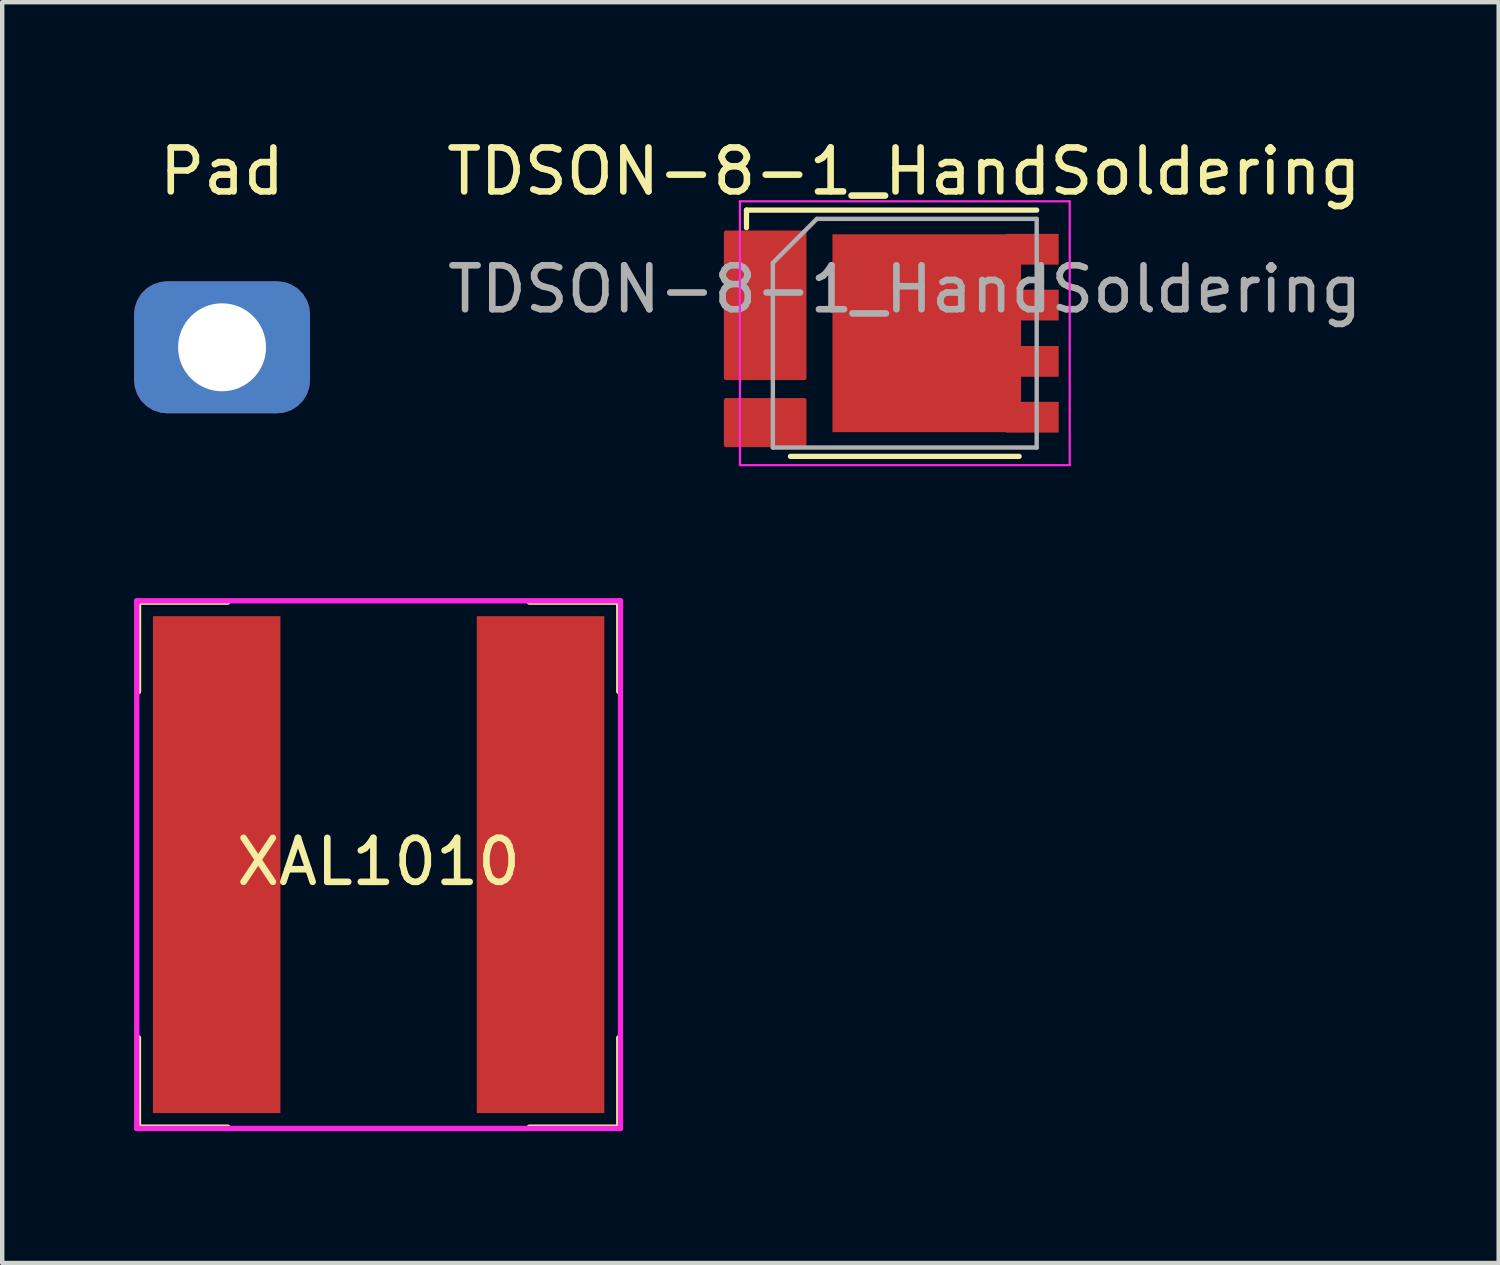
<source format=kicad_pcb>
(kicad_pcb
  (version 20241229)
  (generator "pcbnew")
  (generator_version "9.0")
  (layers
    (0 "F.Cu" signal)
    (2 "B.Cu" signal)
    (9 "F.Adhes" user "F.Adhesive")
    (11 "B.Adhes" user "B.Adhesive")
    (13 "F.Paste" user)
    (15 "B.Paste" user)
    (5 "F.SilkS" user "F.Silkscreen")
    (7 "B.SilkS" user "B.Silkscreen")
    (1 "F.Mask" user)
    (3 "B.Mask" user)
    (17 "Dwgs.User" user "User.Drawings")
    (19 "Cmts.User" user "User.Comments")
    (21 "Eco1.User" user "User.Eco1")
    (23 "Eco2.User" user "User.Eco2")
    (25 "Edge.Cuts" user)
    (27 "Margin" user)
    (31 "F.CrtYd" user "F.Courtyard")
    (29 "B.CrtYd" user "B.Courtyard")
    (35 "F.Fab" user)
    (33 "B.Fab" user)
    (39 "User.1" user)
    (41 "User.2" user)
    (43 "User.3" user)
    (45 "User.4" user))
  (footprint "Pad"
    (layer "F.Cu")
    (at 2 4.848)
    (property "Reference" "Pad" (at 0 -4 0) (layer "F.SilkS") (effects (font (size 1 1) (thickness 0.15))))
    (attr through_hole)
    (pad "1" thru_hole roundrect (at 0 0) (size 4 3) (drill 2) (layers "*.Cu" "*.Mask") (roundrect_rratio 0.25)))
  (footprint "TDSON-8-1_HandSoldering"
    (layer "F.Cu")
    (at 17.526 4.528)
    (property "Reference" "TDSON-8-1_HandSoldering" (at -0.02 -3.68 0) (layer "F.SilkS") (effects (font (size 1 1) (thickness 0.15))))
    (attr smd)
    (fp_poly (pts (xy -2.286 -2.286) (xy -2.286 1.016) (xy -4.064 1.016) (xy -4.064 -2.286)) (stroke (width 0.1) (type solid)) (fill yes) (layer "F.Cu"))
    (fp_poly (pts (xy -2.286 1.524) (xy -2.286 2.54) (xy -4.064 2.54) (xy -4.064 1.524)) (stroke (width 0.1) (type solid)) (fill yes) (layer "F.Cu"))
    (fp_poly (pts (xy -2.286 -2.286) (xy -2.286 1.016) (xy -4.064 1.016) (xy -4.064 -2.286)) (stroke (width 0.1) (type solid)) (fill yes) (layer "F.Mask"))
    (fp_poly (pts (xy -2.286 1.524) (xy -2.286 2.54) (xy -4.064 2.54) (xy -4.064 1.524)) (stroke (width 0.1) (type solid)) (fill yes) (layer "F.Mask"))
    (fp_line (start -3.6 -2.8) (end -3.6 -2.4) (stroke (width 0.12) (type solid)) (layer "F.SilkS"))
    (fp_line (start 2.6 2.8) (end -2.6 2.8) (stroke (width 0.12) (type solid)) (layer "F.SilkS"))
    (fp_line (start 3 -2.8) (end -3.6 -2.8) (stroke (width 0.12) (type solid)) (layer "F.SilkS"))
    (fp_line (start -3.75 -3) (end -3.75 3) (stroke (width 0.05) (type solid)) (layer "F.CrtYd"))
    (fp_line (start -3.75 3) (end 3.75 3) (stroke (width 0.05) (type solid)) (layer "F.CrtYd"))
    (fp_line (start 3.75 -3) (end -3.75 -3) (stroke (width 0.05) (type solid)) (layer "F.CrtYd"))
    (fp_line (start 3.75 3) (end 3.75 -3) (stroke (width 0.05) (type solid)) (layer "F.CrtYd"))
    (fp_line (start -3 2.6) (end -3 -1.6) (stroke (width 0.1) (type solid)) (layer "F.Fab"))
    (fp_line (start -2 -2.6) (end -3 -1.6) (stroke (width 0.1) (type solid)) (layer "F.Fab"))
    (fp_line (start -2 -2.6) (end 3 -2.6) (stroke (width 0.1) (type solid)) (layer "F.Fab"))
    (fp_line (start 3 -2.6) (end 3 2.6) (stroke (width 0.1) (type solid)) (layer "F.Fab"))
    (fp_line (start 3 2.6) (end -3 2.6) (stroke (width 0.1) (type solid)) (layer "F.Fab"))
    (fp_text user "${REFERENCE}" (at 0 -1 0) (layer "F.Fab") (effects (font (size 1 1) (thickness 0.15))))
    (pad "" smd rect (at -0.75 -1.09 270) (size 1.55 1.2) (layers "F.Paste"))
    (pad "" smd rect (at -0.75 1.09 270) (size 1.55 1.2) (layers "F.Paste"))
    (pad "" smd rect (at 1.25 -1.09 270) (size 1.55 1.6) (layers "F.Paste"))
    (pad "" smd rect (at 1.25 1.09 270) (size 1.55 1.6) (layers "F.Paste"))
    (pad "1" smd rect (at -2.9 -1.91 270) (size 0.7 1.2) (layers "F.Cu" "F.Mask" "F.Paste"))
    (pad "2" smd rect (at -2.9 -0.64 270) (size 0.7 1.2) (layers "F.Cu" "F.Mask" "F.Paste"))
    (pad "3" smd rect (at -2.9 0.64 270) (size 0.7 1.2) (layers "F.Cu" "F.Mask" "F.Paste"))
    (pad "4" smd rect (at -2.9 1.91 270) (size 0.7 1.2) (layers "F.Cu" "F.Mask" "F.Paste"))
    (pad "5" smd rect (at 0.5 0 270) (size 4.5 4.29) (layers "F.Cu" "F.Mask"))
    (pad "5" smd rect (at 2.9 -1.91 270) (size 0.7 1.2) (layers "F.Cu" "F.Mask" "F.Paste"))
    (pad "5" smd rect (at 2.9 -0.64 270) (size 0.7 1.2) (layers "F.Cu" "F.Mask" "F.Paste"))
    (pad "5" smd rect (at 2.9 0.64 270) (size 0.7 1.2) (layers "F.Cu" "F.Mask" "F.Paste"))
    (pad "5" smd rect (at 2.9 1.91 270) (size 0.7 1.2) (layers "F.Cu" "F.Mask" "F.Paste")))
  (footprint "XAL1010"
    (layer "F.Cu")
    (at 5.56 16.613)
    (property "Reference" "XAL1010" (at 0 -0.064 0) (layer "F.SilkS") (effects (font (size 1 1) (thickness 0.15))))
    (attr through_hole)
    (fp_line (start -5.461 -5.969) (end -5.461 -3.937) (stroke (width 0.12) (type solid)) (layer "F.SilkS"))
    (fp_line (start -5.461 -5.969) (end -3.429 -5.969) (stroke (width 0.12) (type solid)) (layer "F.SilkS"))
    (fp_line (start -5.461 -3.937) (end -5.461 -5.969) (stroke (width 0.12) (type solid)) (layer "F.SilkS"))
    (fp_line (start -5.461 5.969) (end -5.461 3.937) (stroke (width 0.12) (type solid)) (layer "F.SilkS"))
    (fp_line (start -5.461 5.969) (end -3.429 5.969) (stroke (width 0.12) (type solid)) (layer "F.SilkS"))
    (fp_line (start 5.461 -5.969) (end 3.429 -5.969) (stroke (width 0.12) (type solid)) (layer "F.SilkS"))
    (fp_line (start 5.461 -5.969) (end 5.461 -3.937) (stroke (width 0.12) (type solid)) (layer "F.SilkS"))
    (fp_line (start 5.461 5.969) (end 3.429 5.969) (stroke (width 0.12) (type solid)) (layer "F.SilkS"))
    (fp_line (start 5.461 5.969) (end 5.461 3.937) (stroke (width 0.12) (type solid)) (layer "F.SilkS"))
    (fp_line (start -5.5 -6) (end -5.5 6) (stroke (width 0.12) (type solid)) (layer "F.CrtYd"))
    (fp_line (start -5.5 6) (end 5.5 6) (stroke (width 0.12) (type solid)) (layer "F.CrtYd"))
    (fp_line (start 5.5 -6) (end -5.5 -6) (stroke (width 0.12) (type solid)) (layer "F.CrtYd"))
    (fp_line (start 5.5 6) (end 5.5 -6) (stroke (width 0.12) (type solid)) (layer "F.CrtYd"))
    (pad "1" smd rect (at -3.683 0) (size 2.9 11.3) (layers "F.Cu" "F.Mask" "F.Paste"))
    (pad "2" smd rect (at 3.683 0) (size 2.9 11.3) (layers "F.Cu" "F.Mask" "F.Paste")))
  (gr_rect
    (start -3 -3)
    (end 31.032 25.673)
    (stroke (width 0.1) (type default))
    (fill no)
    (layer "Edge.Cuts")))
</source>
